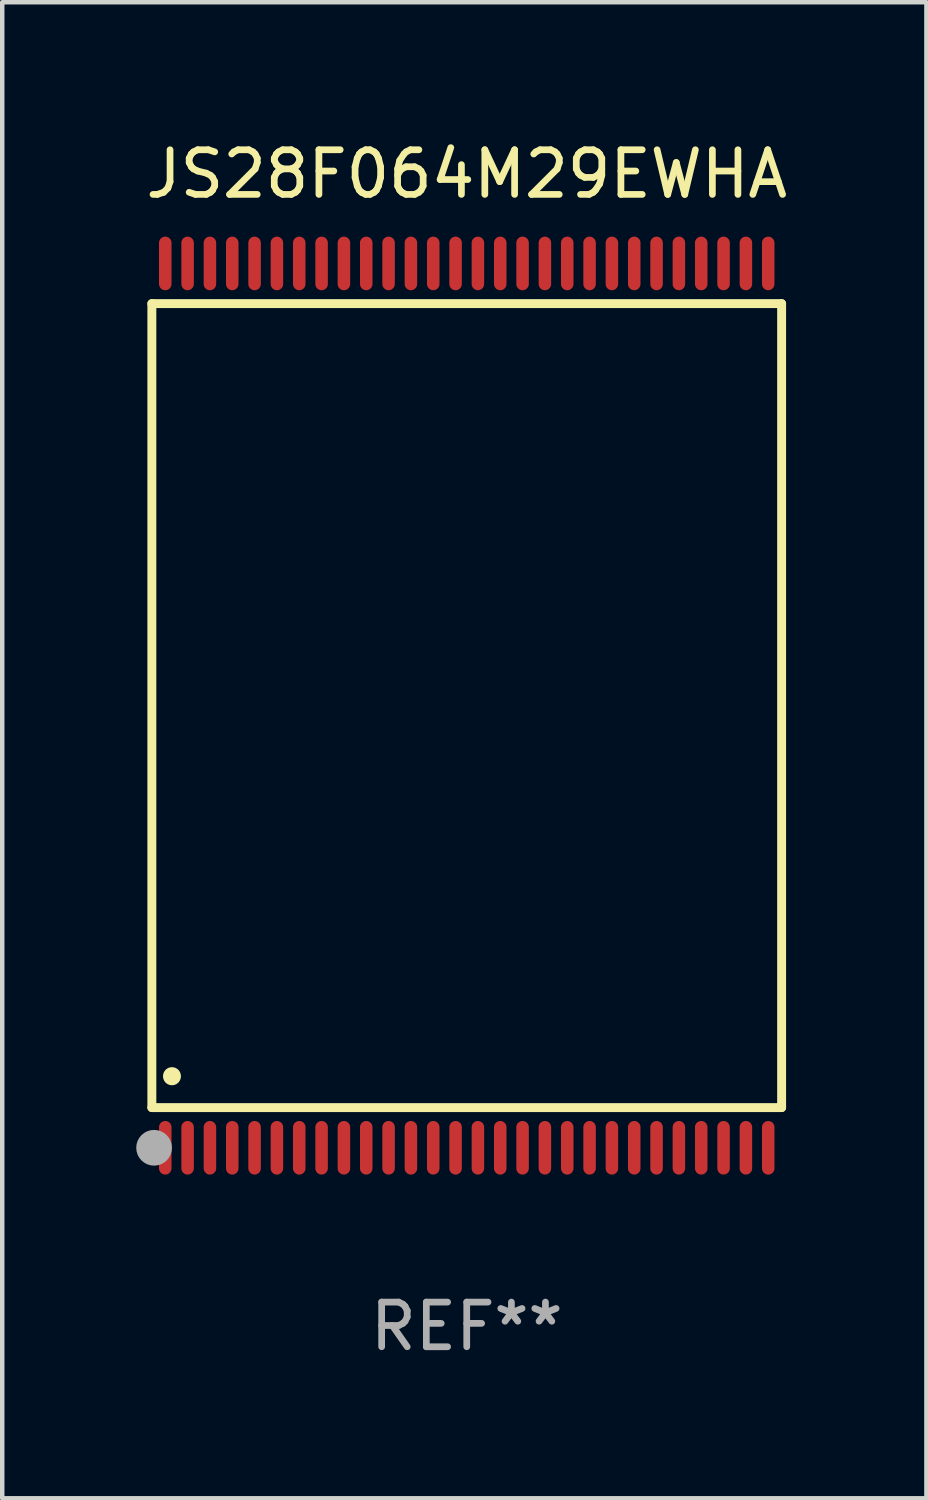
<source format=kicad_pcb>
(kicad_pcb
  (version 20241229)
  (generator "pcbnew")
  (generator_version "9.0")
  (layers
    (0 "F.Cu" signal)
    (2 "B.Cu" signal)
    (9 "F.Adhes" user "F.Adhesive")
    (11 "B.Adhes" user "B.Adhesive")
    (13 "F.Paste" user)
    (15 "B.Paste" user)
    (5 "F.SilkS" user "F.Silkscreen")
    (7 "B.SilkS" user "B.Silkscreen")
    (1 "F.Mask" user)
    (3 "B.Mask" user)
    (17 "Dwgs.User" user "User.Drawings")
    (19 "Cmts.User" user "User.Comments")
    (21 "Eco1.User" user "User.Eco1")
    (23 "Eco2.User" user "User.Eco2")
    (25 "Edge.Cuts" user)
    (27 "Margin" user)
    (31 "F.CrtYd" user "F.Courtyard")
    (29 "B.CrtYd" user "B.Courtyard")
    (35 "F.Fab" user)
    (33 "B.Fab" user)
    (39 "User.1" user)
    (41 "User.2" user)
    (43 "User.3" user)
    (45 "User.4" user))
  (footprint "JS28F064M29EWHA"
    (layer "F.Cu")
    (at 7.4 12.748)
    (property "Reference" "JS28F064M29EWHA" (at 0 -11.9 0) (layer "F.SilkS") (effects (font (size 1 1) (thickness 0.15))))
    (attr through_hole)
    (fp_line (start -7.05 -9) (end 7.05 -9) (stroke (width 0.2) (type solid)) (layer "F.SilkS"))
    (fp_line (start -7.05 9) (end -7.05 -9) (stroke (width 0.2) (type solid)) (layer "F.SilkS"))
    (fp_line (start 7.05 9) (end -7.05 9) (stroke (width 0.2) (type solid)) (layer "F.SilkS"))
    (fp_line (start 7.05 9) (end 7.05 -9) (stroke (width 0.2) (type solid)) (layer "F.SilkS"))
    (fp_arc (start -6.600025 8.300025) (mid -6.600041 8.297485) (end -6.600025 8.294945) (stroke (width 0.4) (type solid)) (layer "F.SilkS"))
    (fp_circle (center -7 10) (end -6.97 10) (stroke (width 0.06) (type solid)) (fill no) (layer "F.SilkS"))
    (fp_circle (center -7 9.9) (end -6.8 9.9) (stroke (width 0.4) (type solid)) (fill no) (layer "F.Fab"))
    (fp_text user "REF**" (at 0 13.9 0) (layer "F.Fab") (effects (font (size 1 1) (thickness 0.15))))
    (pad "1" smd oval (at -6.75 9.9) (size 0.28 1.2) (layers "F.Cu" "F.Mask" "F.Paste"))
    (pad "2" smd oval (at -6.25 9.9) (size 0.28 1.2) (layers "F.Cu" "F.Mask" "F.Paste"))
    (pad "3" smd oval (at -5.75 9.9) (size 0.28 1.2) (layers "F.Cu" "F.Mask" "F.Paste"))
    (pad "4" smd oval (at -5.25 9.9) (size 0.28 1.2) (layers "F.Cu" "F.Mask" "F.Paste"))
    (pad "5" smd oval (at -4.75 9.9) (size 0.28 1.2) (layers "F.Cu" "F.Mask" "F.Paste"))
    (pad "6" smd oval (at -4.25 9.9) (size 0.28 1.2) (layers "F.Cu" "F.Mask" "F.Paste"))
    (pad "7" smd oval (at -3.75 9.9) (size 0.28 1.2) (layers "F.Cu" "F.Mask" "F.Paste"))
    (pad "8" smd oval (at -3.25 9.9) (size 0.28 1.2) (layers "F.Cu" "F.Mask" "F.Paste"))
    (pad "9" smd oval (at -2.75 9.9) (size 0.28 1.2) (layers "F.Cu" "F.Mask" "F.Paste"))
    (pad "10" smd oval (at -2.25 9.9) (size 0.28 1.2) (layers "F.Cu" "F.Mask" "F.Paste"))
    (pad "11" smd oval (at -1.75 9.9) (size 0.28 1.2) (layers "F.Cu" "F.Mask" "F.Paste"))
    (pad "12" smd oval (at -1.25 9.9) (size 0.28 1.2) (layers "F.Cu" "F.Mask" "F.Paste"))
    (pad "13" smd oval (at -0.75 9.9) (size 0.28 1.2) (layers "F.Cu" "F.Mask" "F.Paste"))
    (pad "14" smd oval (at -0.25 9.9) (size 0.28 1.2) (layers "F.Cu" "F.Mask" "F.Paste"))
    (pad "15" smd oval (at 0.25 9.9) (size 0.28 1.2) (layers "F.Cu" "F.Mask" "F.Paste"))
    (pad "16" smd oval (at 0.75 9.9) (size 0.28 1.2) (layers "F.Cu" "F.Mask" "F.Paste"))
    (pad "17" smd oval (at 1.25 9.9) (size 0.28 1.2) (layers "F.Cu" "F.Mask" "F.Paste"))
    (pad "18" smd oval (at 1.75 9.9) (size 0.28 1.2) (layers "F.Cu" "F.Mask" "F.Paste"))
    (pad "19" smd oval (at 2.25 9.9) (size 0.28 1.2) (layers "F.Cu" "F.Mask" "F.Paste"))
    (pad "20" smd oval (at 2.75 9.9) (size 0.28 1.2) (layers "F.Cu" "F.Mask" "F.Paste"))
    (pad "21" smd oval (at 3.25 9.9) (size 0.28 1.2) (layers "F.Cu" "F.Mask" "F.Paste"))
    (pad "22" smd oval (at 3.75 9.9) (size 0.28 1.2) (layers "F.Cu" "F.Mask" "F.Paste"))
    (pad "23" smd oval (at 4.25 9.9) (size 0.28 1.2) (layers "F.Cu" "F.Mask" "F.Paste"))
    (pad "24" smd oval (at 4.75 9.9) (size 0.28 1.2) (layers "F.Cu" "F.Mask" "F.Paste"))
    (pad "25" smd oval (at 5.25 9.9) (size 0.28 1.2) (layers "F.Cu" "F.Mask" "F.Paste"))
    (pad "26" smd oval (at 5.75 9.9) (size 0.28 1.2) (layers "F.Cu" "F.Mask" "F.Paste"))
    (pad "27" smd oval (at 6.25 9.9) (size 0.28 1.2) (layers "F.Cu" "F.Mask" "F.Paste"))
    (pad "28" smd oval (at 6.75 9.9) (size 0.28 1.2) (layers "F.Cu" "F.Mask" "F.Paste"))
    (pad "29" smd oval (at 6.75 -9.9) (size 0.28 1.2) (layers "F.Cu" "F.Mask" "F.Paste"))
    (pad "30" smd oval (at 6.25 -9.9) (size 0.28 1.2) (layers "F.Cu" "F.Mask" "F.Paste"))
    (pad "31" smd oval (at 5.75 -9.9) (size 0.28 1.2) (layers "F.Cu" "F.Mask" "F.Paste"))
    (pad "32" smd oval (at 5.25 -9.9) (size 0.28 1.2) (layers "F.Cu" "F.Mask" "F.Paste"))
    (pad "33" smd oval (at 4.75 -9.9) (size 0.28 1.2) (layers "F.Cu" "F.Mask" "F.Paste"))
    (pad "34" smd oval (at 4.25 -9.9) (size 0.28 1.2) (layers "F.Cu" "F.Mask" "F.Paste"))
    (pad "35" smd oval (at 3.75 -9.9) (size 0.28 1.2) (layers "F.Cu" "F.Mask" "F.Paste"))
    (pad "36" smd oval (at 3.25 -9.9) (size 0.28 1.2) (layers "F.Cu" "F.Mask" "F.Paste"))
    (pad "37" smd oval (at 2.75 -9.9) (size 0.28 1.2) (layers "F.Cu" "F.Mask" "F.Paste"))
    (pad "38" smd oval (at 2.25 -9.9) (size 0.28 1.2) (layers "F.Cu" "F.Mask" "F.Paste"))
    (pad "39" smd oval (at 1.75 -9.9) (size 0.28 1.2) (layers "F.Cu" "F.Mask" "F.Paste"))
    (pad "40" smd oval (at 1.25 -9.9) (size 0.28 1.2) (layers "F.Cu" "F.Mask" "F.Paste"))
    (pad "41" smd oval (at 0.75 -9.9) (size 0.28 1.2) (layers "F.Cu" "F.Mask" "F.Paste"))
    (pad "42" smd oval (at 0.25 -9.9) (size 0.28 1.2) (layers "F.Cu" "F.Mask" "F.Paste"))
    (pad "43" smd oval (at -0.25 -9.9) (size 0.28 1.2) (layers "F.Cu" "F.Mask" "F.Paste"))
    (pad "44" smd oval (at -0.75 -9.9) (size 0.28 1.2) (layers "F.Cu" "F.Mask" "F.Paste"))
    (pad "45" smd oval (at -1.25 -9.9) (size 0.28 1.2) (layers "F.Cu" "F.Mask" "F.Paste"))
    (pad "46" smd oval (at -1.75 -9.9) (size 0.28 1.2) (layers "F.Cu" "F.Mask" "F.Paste"))
    (pad "47" smd oval (at -2.25 -9.9) (size 0.28 1.2) (layers "F.Cu" "F.Mask" "F.Paste"))
    (pad "48" smd oval (at -2.75 -9.9) (size 0.28 1.2) (layers "F.Cu" "F.Mask" "F.Paste"))
    (pad "49" smd oval (at -3.25 -9.9) (size 0.28 1.2) (layers "F.Cu" "F.Mask" "F.Paste"))
    (pad "50" smd oval (at -3.75 -9.9) (size 0.28 1.2) (layers "F.Cu" "F.Mask" "F.Paste"))
    (pad "51" smd oval (at -4.25 -9.9) (size 0.28 1.2) (layers "F.Cu" "F.Mask" "F.Paste"))
    (pad "52" smd oval (at -4.75 -9.9) (size 0.28 1.2) (layers "F.Cu" "F.Mask" "F.Paste"))
    (pad "53" smd oval (at -5.25 -9.9) (size 0.28 1.2) (layers "F.Cu" "F.Mask" "F.Paste"))
    (pad "54" smd oval (at -5.75 -9.9) (size 0.28 1.2) (layers "F.Cu" "F.Mask" "F.Paste"))
    (pad "55" smd oval (at -6.25 -9.9) (size 0.28 1.2) (layers "F.Cu" "F.Mask" "F.Paste"))
    (pad "56" smd oval (at -6.75 -9.9) (size 0.28 1.2) (layers "F.Cu" "F.Mask" "F.Paste")))
  (gr_rect
    (start -3 -3)
    (end 17.692 30.496)
    (stroke (width 0.1) (type default))
    (fill no)
    (layer "Edge.Cuts")))
</source>
